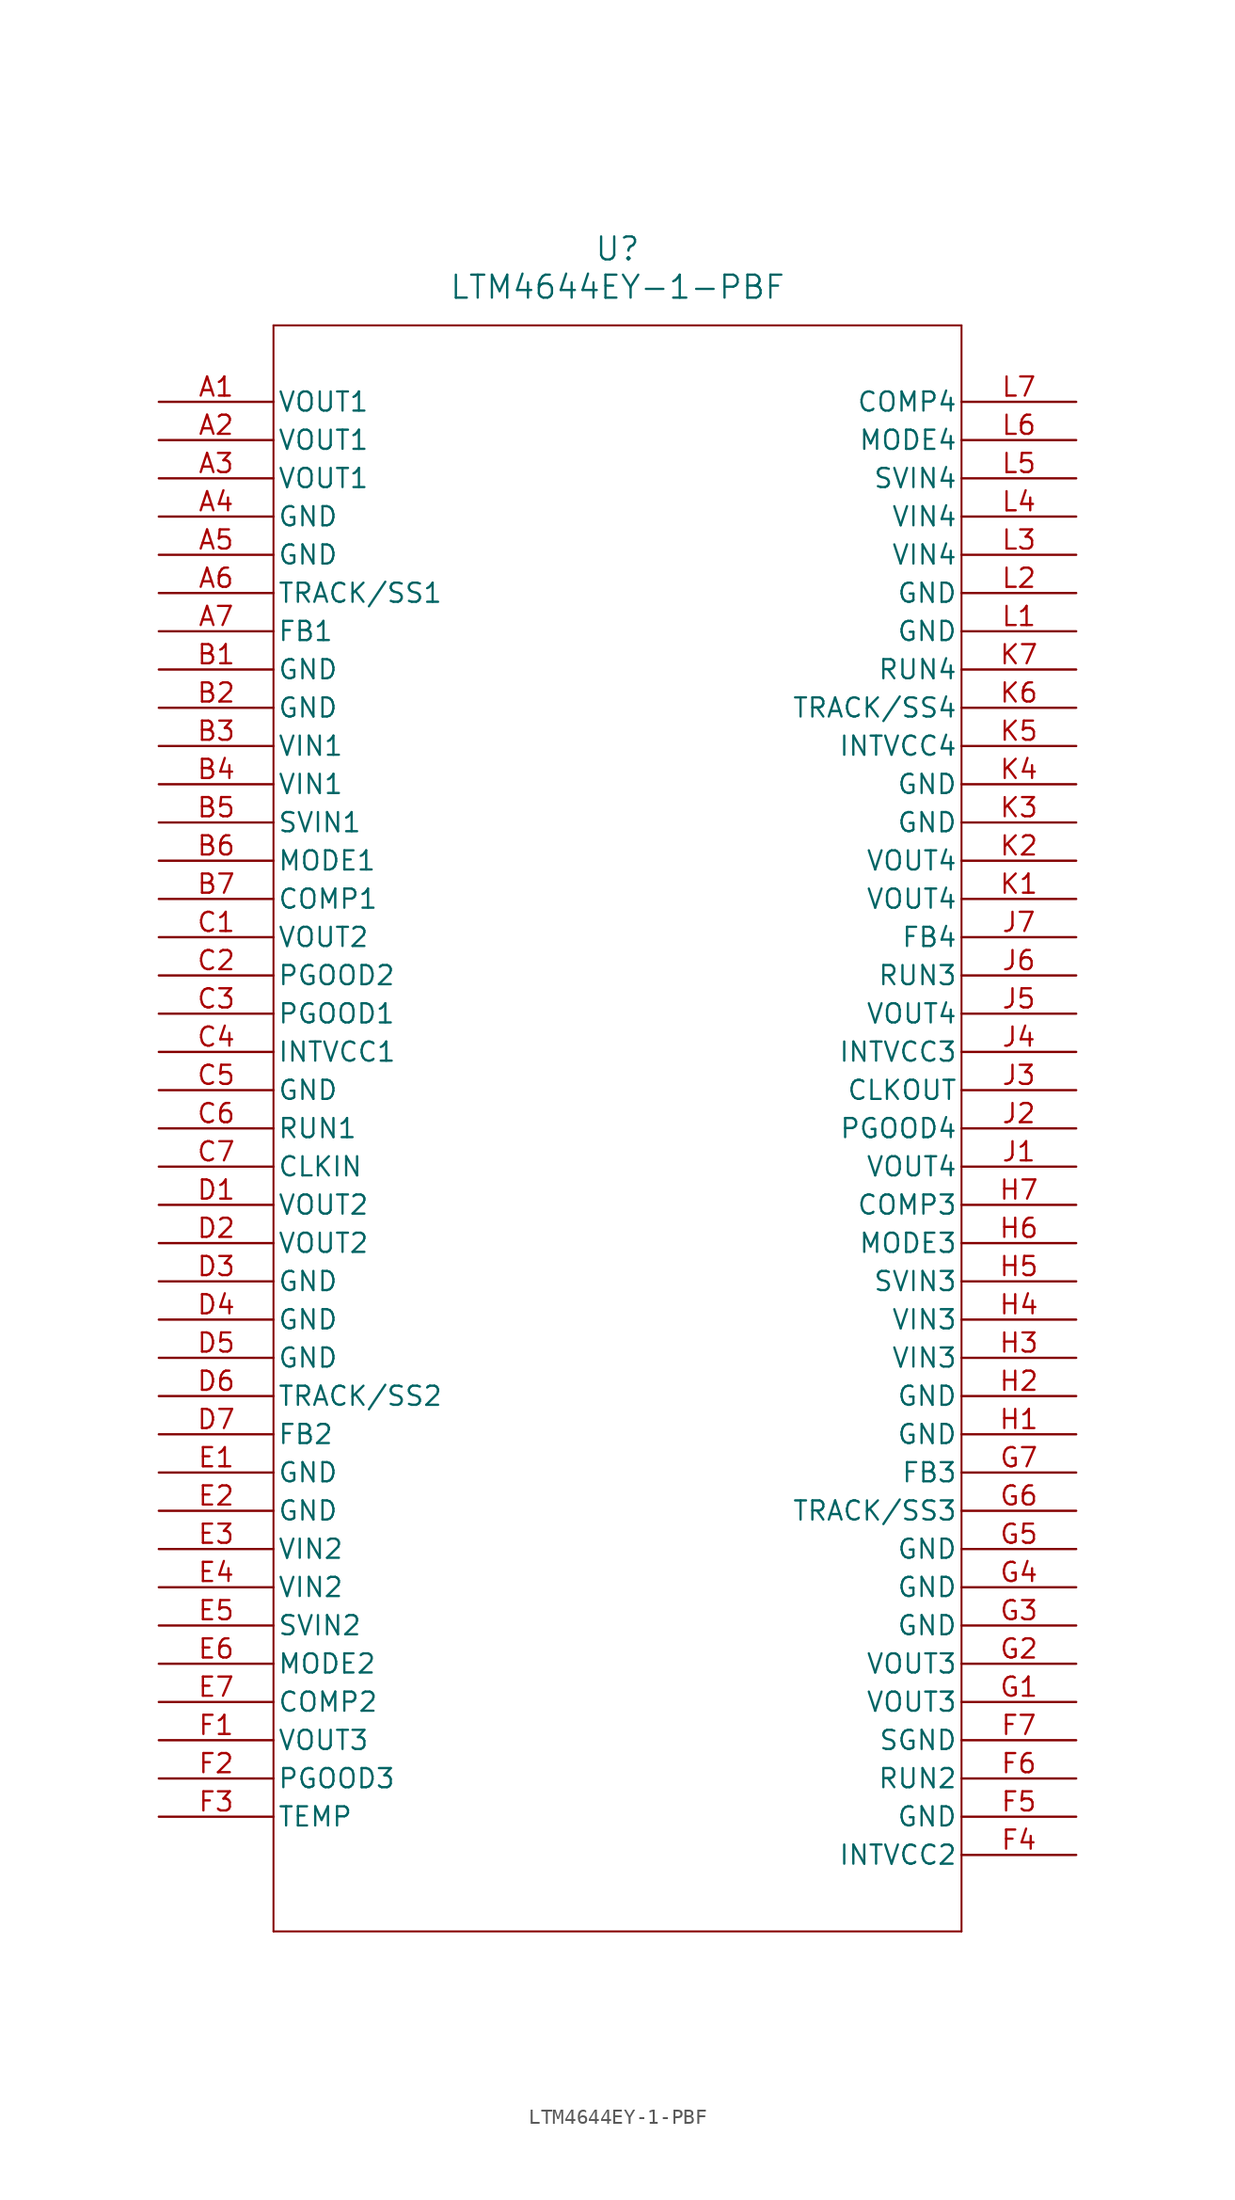
<source format=kicad_sym>
(kicad_symbol_lib
  (version 20211014)
  (generator kicad_symbol_editor)
  (symbol "LTM4644EY-1-PBF"
    (pin_names
      (offset 0.254))
    (property "Reference" "U"
      (at 30.48 10.16 0)
      (effects (font (size 1.524 1.524))))
    (property "Value" "LTM4644EY-1-PBF"
      (at 30.48 7.62 0)
      (effects (font (size 1.524 1.524))))
    (polyline
      (pts (xy 7.62 5.08) (xy 7.62 -101.6))
      (stroke (width 0.127) (type default) (color 0 0 0 0))
      (fill (type none)))
    (polyline
      (pts (xy 7.62 -101.6) (xy 53.34 -101.6))
      (stroke (width 0.127) (type default) (color 0 0 0 0))
      (fill (type none)))
    (polyline
      (pts (xy 53.34 -101.6) (xy 53.34 5.08))
      (stroke (width 0.127) (type default) (color 0 0 0 0))
      (fill (type none)))
    (polyline
      (pts (xy 53.34 5.08) (xy 7.62 5.08))
      (stroke (width 0.127) (type default) (color 0 0 0 0))
      (fill (type none)))
    (pin output line
      (at 0 0 0)
      (length 7.62)
      (name "VOUT1" (effects (font (size 1.27 1.27))))
      (number "A1" (effects (font (size 1.27 1.27)))))
    (pin output line
      (at 0 -2.54 0)
      (length 7.62)
      (name "VOUT1" (effects (font (size 1.27 1.27))))
      (number "A2" (effects (font (size 1.27 1.27)))))
    (pin output line
      (at 0 -5.08 0)
      (length 7.62)
      (name "VOUT1" (effects (font (size 1.27 1.27))))
      (number "A3" (effects (font (size 1.27 1.27)))))
    (pin power_in line
      (at 0 -7.62 0)
      (length 7.62)
      (name "GND" (effects (font (size 1.27 1.27))))
      (number "A4" (effects (font (size 1.27 1.27)))))
    (pin power_in line
      (at 0 -10.16 0)
      (length 7.62)
      (name "GND" (effects (font (size 1.27 1.27))))
      (number "A5" (effects (font (size 1.27 1.27)))))
    (pin unspecified line
      (at 0 -12.7 0)
      (length 7.62)
      (name "TRACK/SS1" (effects (font (size 1.27 1.27))))
      (number "A6" (effects (font (size 1.27 1.27)))))
    (pin unspecified line
      (at 0 -15.24 0)
      (length 7.62)
      (name "FB1" (effects (font (size 1.27 1.27))))
      (number "A7" (effects (font (size 1.27 1.27)))))
    (pin power_in line
      (at 0 -17.78 0)
      (length 7.62)
      (name "GND" (effects (font (size 1.27 1.27))))
      (number "B1" (effects (font (size 1.27 1.27)))))
    (pin power_in line
      (at 0 -20.32 0)
      (length 7.62)
      (name "GND" (effects (font (size 1.27 1.27))))
      (number "B2" (effects (font (size 1.27 1.27)))))
    (pin input line
      (at 0 -22.86 0)
      (length 7.62)
      (name "VIN1" (effects (font (size 1.27 1.27))))
      (number "B3" (effects (font (size 1.27 1.27)))))
    (pin input line
      (at 0 -25.4 0)
      (length 7.62)
      (name "VIN1" (effects (font (size 1.27 1.27))))
      (number "B4" (effects (font (size 1.27 1.27)))))
    (pin input line
      (at 0 -27.94 0)
      (length 7.62)
      (name "SVIN1" (effects (font (size 1.27 1.27))))
      (number "B5" (effects (font (size 1.27 1.27)))))
    (pin unspecified line
      (at 0 -30.48 0)
      (length 7.62)
      (name "MODE1" (effects (font (size 1.27 1.27))))
      (number "B6" (effects (font (size 1.27 1.27)))))
    (pin unspecified line
      (at 0 -33.02 0)
      (length 7.62)
      (name "COMP1" (effects (font (size 1.27 1.27))))
      (number "B7" (effects (font (size 1.27 1.27)))))
    (pin output line
      (at 0 -35.56 0)
      (length 7.62)
      (name "VOUT2" (effects (font (size 1.27 1.27))))
      (number "C1" (effects (font (size 1.27 1.27)))))
    (pin unspecified line
      (at 0 -38.1 0)
      (length 7.62)
      (name "PGOOD2" (effects (font (size 1.27 1.27))))
      (number "C2" (effects (font (size 1.27 1.27)))))
    (pin unspecified line
      (at 0 -40.64 0)
      (length 7.62)
      (name "PGOOD1" (effects (font (size 1.27 1.27))))
      (number "C3" (effects (font (size 1.27 1.27)))))
    (pin power_in line
      (at 0 -43.18 0)
      (length 7.62)
      (name "INTVCC1" (effects (font (size 1.27 1.27))))
      (number "C4" (effects (font (size 1.27 1.27)))))
    (pin power_in line
      (at 0 -45.72 0)
      (length 7.62)
      (name "GND" (effects (font (size 1.27 1.27))))
      (number "C5" (effects (font (size 1.27 1.27)))))
    (pin unspecified line
      (at 0 -48.26 0)
      (length 7.62)
      (name "RUN1" (effects (font (size 1.27 1.27))))
      (number "C6" (effects (font (size 1.27 1.27)))))
    (pin input line
      (at 0 -50.8 0)
      (length 7.62)
      (name "CLKIN" (effects (font (size 1.27 1.27))))
      (number "C7" (effects (font (size 1.27 1.27)))))
    (pin output line
      (at 0 -53.34 0)
      (length 7.62)
      (name "VOUT2" (effects (font (size 1.27 1.27))))
      (number "D1" (effects (font (size 1.27 1.27)))))
    (pin output line
      (at 0 -55.88 0)
      (length 7.62)
      (name "VOUT2" (effects (font (size 1.27 1.27))))
      (number "D2" (effects (font (size 1.27 1.27)))))
    (pin power_in line
      (at 0 -58.42 0)
      (length 7.62)
      (name "GND" (effects (font (size 1.27 1.27))))
      (number "D3" (effects (font (size 1.27 1.27)))))
    (pin power_in line
      (at 0 -60.96 0)
      (length 7.62)
      (name "GND" (effects (font (size 1.27 1.27))))
      (number "D4" (effects (font (size 1.27 1.27)))))
    (pin power_in line
      (at 0 -63.5 0)
      (length 7.62)
      (name "GND" (effects (font (size 1.27 1.27))))
      (number "D5" (effects (font (size 1.27 1.27)))))
    (pin unspecified line
      (at 0 -66.04 0)
      (length 7.62)
      (name "TRACK/SS2" (effects (font (size 1.27 1.27))))
      (number "D6" (effects (font (size 1.27 1.27)))))
    (pin unspecified line
      (at 0 -68.58 0)
      (length 7.62)
      (name "FB2" (effects (font (size 1.27 1.27))))
      (number "D7" (effects (font (size 1.27 1.27)))))
    (pin power_in line
      (at 0 -71.12 0)
      (length 7.62)
      (name "GND" (effects (font (size 1.27 1.27))))
      (number "E1" (effects (font (size 1.27 1.27)))))
    (pin power_in line
      (at 0 -73.66 0)
      (length 7.62)
      (name "GND" (effects (font (size 1.27 1.27))))
      (number "E2" (effects (font (size 1.27 1.27)))))
    (pin input line
      (at 0 -76.2 0)
      (length 7.62)
      (name "VIN2" (effects (font (size 1.27 1.27))))
      (number "E3" (effects (font (size 1.27 1.27)))))
    (pin input line
      (at 0 -78.74 0)
      (length 7.62)
      (name "VIN2" (effects (font (size 1.27 1.27))))
      (number "E4" (effects (font (size 1.27 1.27)))))
    (pin input line
      (at 0 -81.28 0)
      (length 7.62)
      (name "SVIN2" (effects (font (size 1.27 1.27))))
      (number "E5" (effects (font (size 1.27 1.27)))))
    (pin unspecified line
      (at 0 -83.82 0)
      (length 7.62)
      (name "MODE2" (effects (font (size 1.27 1.27))))
      (number "E6" (effects (font (size 1.27 1.27)))))
    (pin unspecified line
      (at 0 -86.36 0)
      (length 7.62)
      (name "COMP2" (effects (font (size 1.27 1.27))))
      (number "E7" (effects (font (size 1.27 1.27)))))
    (pin output line
      (at 0 -88.9 0)
      (length 7.62)
      (name "VOUT3" (effects (font (size 1.27 1.27))))
      (number "F1" (effects (font (size 1.27 1.27)))))
    (pin unspecified line
      (at 0 -91.44 0)
      (length 7.62)
      (name "PGOOD3" (effects (font (size 1.27 1.27))))
      (number "F2" (effects (font (size 1.27 1.27)))))
    (pin unspecified line
      (at 0 -93.98 0)
      (length 7.62)
      (name "TEMP" (effects (font (size 1.27 1.27))))
      (number "F3" (effects (font (size 1.27 1.27)))))
    (pin power_in line
      (at 60.96 -96.52 180)
      (length 7.62)
      (name "INTVCC2" (effects (font (size 1.27 1.27))))
      (number "F4" (effects (font (size 1.27 1.27)))))
    (pin power_in line
      (at 60.96 -93.98 180)
      (length 7.62)
      (name "GND" (effects (font (size 1.27 1.27))))
      (number "F5" (effects (font (size 1.27 1.27)))))
    (pin unspecified line
      (at 60.96 -91.44 180)
      (length 7.62)
      (name "RUN2" (effects (font (size 1.27 1.27))))
      (number "F6" (effects (font (size 1.27 1.27)))))
    (pin power_in line
      (at 60.96 -88.9 180)
      (length 7.62)
      (name "SGND" (effects (font (size 1.27 1.27))))
      (number "F7" (effects (font (size 1.27 1.27)))))
    (pin output line
      (at 60.96 -86.36 180)
      (length 7.62)
      (name "VOUT3" (effects (font (size 1.27 1.27))))
      (number "G1" (effects (font (size 1.27 1.27)))))
    (pin output line
      (at 60.96 -83.82 180)
      (length 7.62)
      (name "VOUT3" (effects (font (size 1.27 1.27))))
      (number "G2" (effects (font (size 1.27 1.27)))))
    (pin power_in line
      (at 60.96 -81.28 180)
      (length 7.62)
      (name "GND" (effects (font (size 1.27 1.27))))
      (number "G3" (effects (font (size 1.27 1.27)))))
    (pin power_in line
      (at 60.96 -78.74 180)
      (length 7.62)
      (name "GND" (effects (font (size 1.27 1.27))))
      (number "G4" (effects (font (size 1.27 1.27)))))
    (pin power_in line
      (at 60.96 -76.2 180)
      (length 7.62)
      (name "GND" (effects (font (size 1.27 1.27))))
      (number "G5" (effects (font (size 1.27 1.27)))))
    (pin unspecified line
      (at 60.96 -73.66 180)
      (length 7.62)
      (name "TRACK/SS3" (effects (font (size 1.27 1.27))))
      (number "G6" (effects (font (size 1.27 1.27)))))
    (pin unspecified line
      (at 60.96 -71.12 180)
      (length 7.62)
      (name "FB3" (effects (font (size 1.27 1.27))))
      (number "G7" (effects (font (size 1.27 1.27)))))
    (pin power_in line
      (at 60.96 -68.58 180)
      (length 7.62)
      (name "GND" (effects (font (size 1.27 1.27))))
      (number "H1" (effects (font (size 1.27 1.27)))))
    (pin power_in line
      (at 60.96 -66.04 180)
      (length 7.62)
      (name "GND" (effects (font (size 1.27 1.27))))
      (number "H2" (effects (font (size 1.27 1.27)))))
    (pin input line
      (at 60.96 -63.5 180)
      (length 7.62)
      (name "VIN3" (effects (font (size 1.27 1.27))))
      (number "H3" (effects (font (size 1.27 1.27)))))
    (pin input line
      (at 60.96 -60.96 180)
      (length 7.62)
      (name "VIN3" (effects (font (size 1.27 1.27))))
      (number "H4" (effects (font (size 1.27 1.27)))))
    (pin input line
      (at 60.96 -58.42 180)
      (length 7.62)
      (name "SVIN3" (effects (font (size 1.27 1.27))))
      (number "H5" (effects (font (size 1.27 1.27)))))
    (pin unspecified line
      (at 60.96 -55.88 180)
      (length 7.62)
      (name "MODE3" (effects (font (size 1.27 1.27))))
      (number "H6" (effects (font (size 1.27 1.27)))))
    (pin unspecified line
      (at 60.96 -53.34 180)
      (length 7.62)
      (name "COMP3" (effects (font (size 1.27 1.27))))
      (number "H7" (effects (font (size 1.27 1.27)))))
    (pin output line
      (at 60.96 -50.8 180)
      (length 7.62)
      (name "VOUT4" (effects (font (size 1.27 1.27))))
      (number "J1" (effects (font (size 1.27 1.27)))))
    (pin unspecified line
      (at 60.96 -48.26 180)
      (length 7.62)
      (name "PGOOD4" (effects (font (size 1.27 1.27))))
      (number "J2" (effects (font (size 1.27 1.27)))))
    (pin output line
      (at 60.96 -45.72 180)
      (length 7.62)
      (name "CLKOUT" (effects (font (size 1.27 1.27))))
      (number "J3" (effects (font (size 1.27 1.27)))))
    (pin power_in line
      (at 60.96 -43.18 180)
      (length 7.62)
      (name "INTVCC3" (effects (font (size 1.27 1.27))))
      (number "J4" (effects (font (size 1.27 1.27)))))
    (pin output line
      (at 60.96 -40.64 180)
      (length 7.62)
      (name "VOUT4" (effects (font (size 1.27 1.27))))
      (number "J5" (effects (font (size 1.27 1.27)))))
    (pin unspecified line
      (at 60.96 -38.1 180)
      (length 7.62)
      (name "RUN3" (effects (font (size 1.27 1.27))))
      (number "J6" (effects (font (size 1.27 1.27)))))
    (pin unspecified line
      (at 60.96 -35.56 180)
      (length 7.62)
      (name "FB4" (effects (font (size 1.27 1.27))))
      (number "J7" (effects (font (size 1.27 1.27)))))
    (pin output line
      (at 60.96 -33.02 180)
      (length 7.62)
      (name "VOUT4" (effects (font (size 1.27 1.27))))
      (number "K1" (effects (font (size 1.27 1.27)))))
    (pin output line
      (at 60.96 -30.48 180)
      (length 7.62)
      (name "VOUT4" (effects (font (size 1.27 1.27))))
      (number "K2" (effects (font (size 1.27 1.27)))))
    (pin power_in line
      (at 60.96 -27.94 180)
      (length 7.62)
      (name "GND" (effects (font (size 1.27 1.27))))
      (number "K3" (effects (font (size 1.27 1.27)))))
    (pin power_in line
      (at 60.96 -25.4 180)
      (length 7.62)
      (name "GND" (effects (font (size 1.27 1.27))))
      (number "K4" (effects (font (size 1.27 1.27)))))
    (pin power_in line
      (at 60.96 -22.86 180)
      (length 7.62)
      (name "INTVCC4" (effects (font (size 1.27 1.27))))
      (number "K5" (effects (font (size 1.27 1.27)))))
    (pin unspecified line
      (at 60.96 -20.32 180)
      (length 7.62)
      (name "TRACK/SS4" (effects (font (size 1.27 1.27))))
      (number "K6" (effects (font (size 1.27 1.27)))))
    (pin unspecified line
      (at 60.96 -17.78 180)
      (length 7.62)
      (name "RUN4" (effects (font (size 1.27 1.27))))
      (number "K7" (effects (font (size 1.27 1.27)))))
    (pin power_in line
      (at 60.96 -15.24 180)
      (length 7.62)
      (name "GND" (effects (font (size 1.27 1.27))))
      (number "L1" (effects (font (size 1.27 1.27)))))
    (pin power_in line
      (at 60.96 -12.7 180)
      (length 7.62)
      (name "GND" (effects (font (size 1.27 1.27))))
      (number "L2" (effects (font (size 1.27 1.27)))))
    (pin input line
      (at 60.96 -10.16 180)
      (length 7.62)
      (name "VIN4" (effects (font (size 1.27 1.27))))
      (number "L3" (effects (font (size 1.27 1.27)))))
    (pin input line
      (at 60.96 -7.62 180)
      (length 7.62)
      (name "VIN4" (effects (font (size 1.27 1.27))))
      (number "L4" (effects (font (size 1.27 1.27)))))
    (pin input line
      (at 60.96 -5.08 180)
      (length 7.62)
      (name "SVIN4" (effects (font (size 1.27 1.27))))
      (number "L5" (effects (font (size 1.27 1.27)))))
    (pin unspecified line
      (at 60.96 -2.54 180)
      (length 7.62)
      (name "MODE4" (effects (font (size 1.27 1.27))))
      (number "L6" (effects (font (size 1.27 1.27)))))
    (pin unspecified line
      (at 60.96 0 180)
      (length 7.62)
      (name "COMP4" (effects (font (size 1.27 1.27))))
      (number "L7" (effects (font (size 1.27 1.27)))))))
</source>
